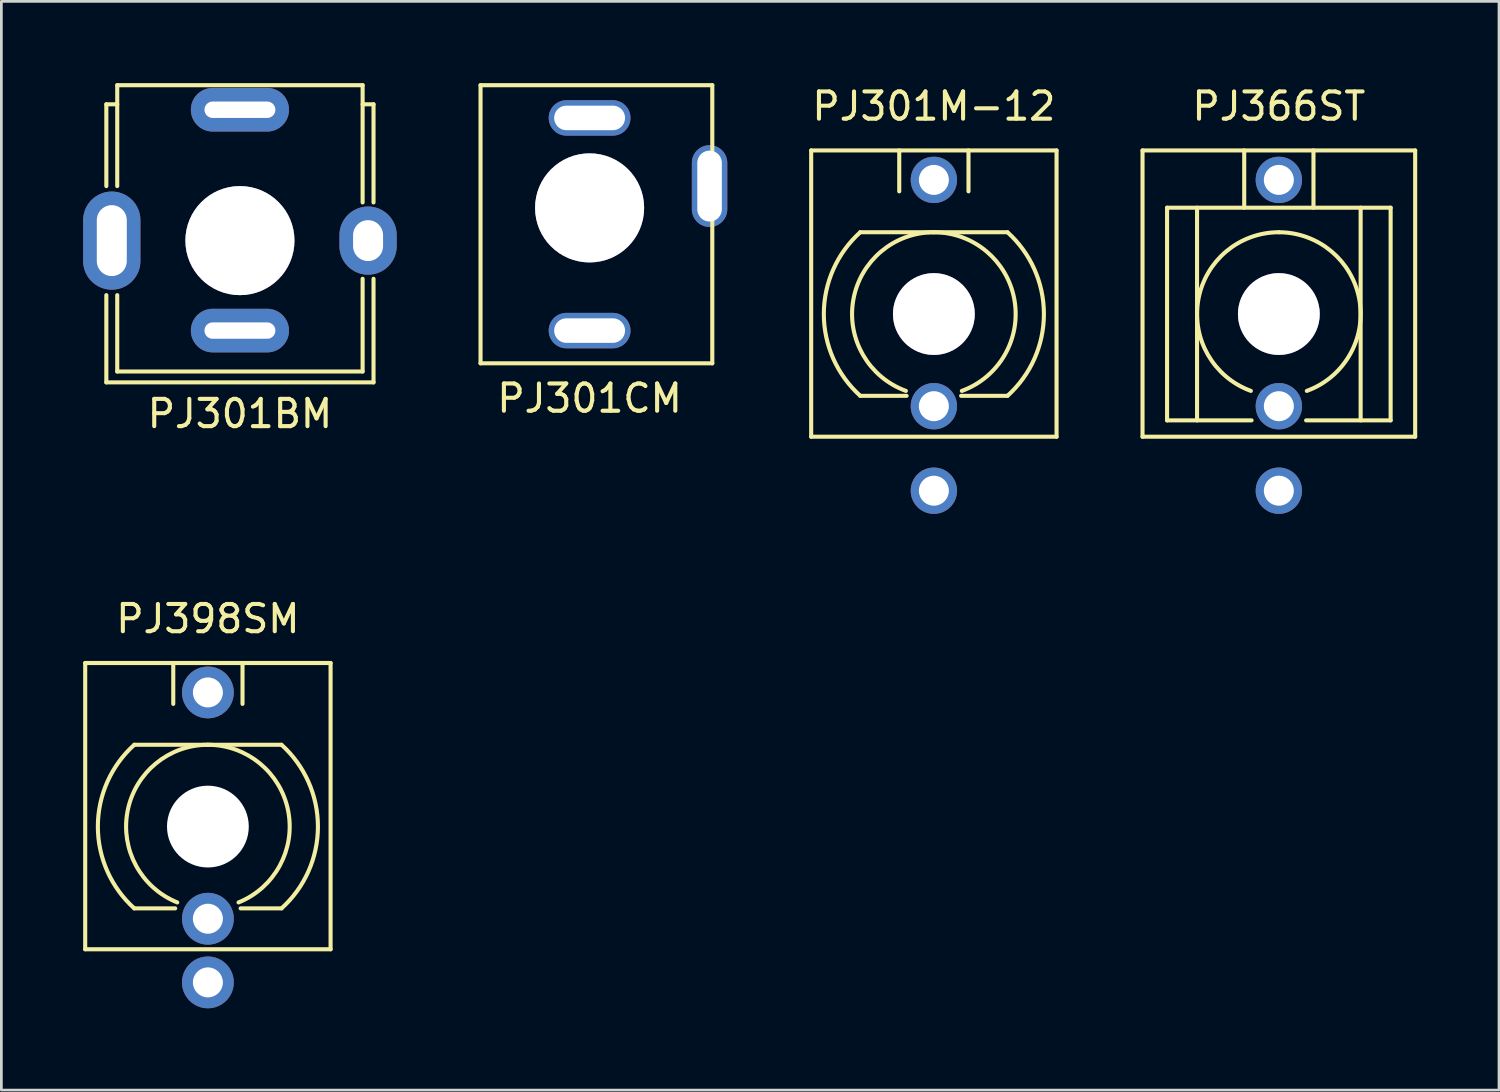
<source format=kicad_pcb>
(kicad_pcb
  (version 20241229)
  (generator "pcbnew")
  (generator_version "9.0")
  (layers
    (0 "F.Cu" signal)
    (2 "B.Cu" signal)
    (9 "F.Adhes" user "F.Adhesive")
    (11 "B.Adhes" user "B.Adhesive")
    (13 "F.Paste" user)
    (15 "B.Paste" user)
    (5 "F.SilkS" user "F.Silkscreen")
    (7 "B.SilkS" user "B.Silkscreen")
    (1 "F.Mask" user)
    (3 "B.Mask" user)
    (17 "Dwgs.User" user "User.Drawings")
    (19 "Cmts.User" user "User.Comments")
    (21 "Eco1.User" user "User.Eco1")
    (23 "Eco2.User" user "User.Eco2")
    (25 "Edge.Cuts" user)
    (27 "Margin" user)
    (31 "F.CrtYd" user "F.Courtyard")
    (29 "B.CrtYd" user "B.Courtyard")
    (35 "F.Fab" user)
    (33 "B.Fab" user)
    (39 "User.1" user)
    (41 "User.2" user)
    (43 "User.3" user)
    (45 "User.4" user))
  (footprint "PJ301M-12"
    (layer "F.Cu")
    (at 31.202 8.468)
    (property "Reference" "PJ301M-12" (at 0 -7.62 0) (layer "F.SilkS") (effects (font (size 1 1) (thickness 0.15))))
    (attr through_hole)
    (fp_line (start -4.5 -6) (end -4.5 4.5) (stroke (width 0.15) (type solid)) (layer "F.SilkS"))
    (fp_line (start -4.5 -6) (end 4.5 -6) (stroke (width 0.15) (type solid)) (layer "F.SilkS"))
    (fp_line (start -4.5 4.5) (end 4.5 4.5) (stroke (width 0.15) (type solid)) (layer "F.SilkS"))
    (fp_line (start -2.7 -3) (end 2.7 -3) (stroke (width 0.15) (type solid)) (layer "F.SilkS"))
    (fp_line (start -2.7 3) (end -1 3) (stroke (width 0.15) (type solid)) (layer "F.SilkS"))
    (fp_line (start -1.27 -6) (end -1.27 -4.5) (stroke (width 0.15) (type solid)) (layer "F.SilkS"))
    (fp_line (start 1 3) (end 2.7 3) (stroke (width 0.15) (type solid)) (layer "F.SilkS"))
    (fp_line (start 1.27 -6) (end 1.27 -4.5) (stroke (width 0.15) (type solid)) (layer "F.SilkS"))
    (fp_line (start 4.5 -6) (end 4.5 4.5) (stroke (width 0.15) (type solid)) (layer "F.SilkS"))
    (fp_arc (start -2.701339 2.998795) (mid -4.036088 -0.000901) (end -2.7 -3) (stroke (width 0.15) (type solid)) (layer "F.SilkS"))
    (fp_arc (start -1.02606 2.819078) (mid -2.954423 -0.520944) (end 0 -3) (stroke (width 0.15) (type solid)) (layer "F.SilkS"))
    (fp_arc (start 0 -3) (mid 2.954423 -0.520944) (end 1.02606 2.819078) (stroke (width 0.15) (type solid)) (layer "F.SilkS"))
    (fp_arc (start 2.7 -3) (mid 4.036087 -0.000901) (end 2.701339 2.998795) (stroke (width 0.15) (type solid)) (layer "F.SilkS"))
    (pad "" thru_hole circle (at 0 0) (size 3 3) (drill 3) (layers "*.Cu" "*.Mask"))
    (pad "1" thru_hole oval (at 0 6.48) (size 1.7 1.7) (drill 1.1) (layers "*.Cu" "*.Mask"))
    (pad "2" thru_hole oval (at 0 3.38) (size 1.7 1.7) (drill 1.1) (layers "*.Cu" "*.Mask"))
    (pad "3" thru_hole oval (at 0 -4.92) (size 1.7 1.7) (drill 1.1) (layers "*.Cu" "*.Mask")))
  (footprint "PJ301CM"
    (layer "F.Cu")
    (at 18.575 4.575)
    (property "Reference" "PJ301CM" (at 0 6.985 0) (layer "F.SilkS") (effects (font (size 1 1) (thickness 0.15))))
    (attr through_hole)
    (fp_line (start -4 -4.5) (end -4 5.7) (stroke (width 0.15) (type solid)) (layer "F.SilkS"))
    (fp_line (start -4 -4.5) (end 4.5 -4.5) (stroke (width 0.15) (type solid)) (layer "F.SilkS"))
    (fp_line (start -4 5.7) (end 4.5 5.7) (stroke (width 0.15) (type solid)) (layer "F.SilkS"))
    (fp_line (start 4.5 -4.5) (end 4.5 5.7) (stroke (width 0.15) (type solid)) (layer "F.SilkS"))
    (pad "" thru_hole circle (at 0 0) (size 4 4) (drill 4) (layers "*.Cu" "*.Mask"))
    (pad "1" thru_hole oval (at 4.4 -0.8) (size 1.3 3) (drill oval 0.9 2.6) (layers "*.Cu" "*.Mask"))
    (pad "2" thru_hole oval (at 0 -3.3) (size 3 1.3) (drill oval 2.6 0.9) (layers "*.Cu" "*.Mask"))
    (pad "3" thru_hole oval (at 0 4.5) (size 3 1.3) (drill oval 2.6 0.9) (layers "*.Cu" "*.Mask")))
  (footprint "PJ398SM"
    (layer "F.Cu")
    (at 4.575 27.267)
    (property "Reference" "PJ398SM" (at 0 -7.62 0) (layer "F.SilkS") (effects (font (size 1 1) (thickness 0.15))))
    (attr through_hole)
    (fp_line (start -4.5 -6) (end -4.5 4.5) (stroke (width 0.15) (type solid)) (layer "F.SilkS"))
    (fp_line (start -4.5 -6) (end 4.5 -6) (stroke (width 0.15) (type solid)) (layer "F.SilkS"))
    (fp_line (start -4.5 4.5) (end 4.5 4.5) (stroke (width 0.15) (type solid)) (layer "F.SilkS"))
    (fp_line (start -2.7 -3) (end 2.7 -3) (stroke (width 0.15) (type solid)) (layer "F.SilkS"))
    (fp_line (start -2.7 3) (end -1.2 3) (stroke (width 0.15) (type solid)) (layer "F.SilkS"))
    (fp_line (start -1.27 -6) (end -1.27 -4.5) (stroke (width 0.15) (type solid)) (layer "F.SilkS"))
    (fp_line (start 1.2 3) (end 2.7 3) (stroke (width 0.15) (type solid)) (layer "F.SilkS"))
    (fp_line (start 1.27 -6) (end 1.27 -4.5) (stroke (width 0.15) (type solid)) (layer "F.SilkS"))
    (fp_line (start 4.5 -6) (end 4.5 4.5) (stroke (width 0.15) (type solid)) (layer "F.SilkS"))
    (fp_arc (start -2.701339 2.998795) (mid -4.036088 -0.000901) (end -2.7 -3) (stroke (width 0.15) (type solid)) (layer "F.SilkS"))
    (fp_arc (start -1.12382 2.781552) (mid -2.944882 -0.572427) (end 0 -3) (stroke (width 0.15) (type solid)) (layer "F.SilkS"))
    (fp_arc (start 0 -3) (mid 2.944882 -0.572427) (end 1.12382 2.781552) (stroke (width 0.15) (type solid)) (layer "F.SilkS"))
    (fp_arc (start 2.7 -3) (mid 4.036087 -0.000901) (end 2.701339 2.998795) (stroke (width 0.15) (type solid)) (layer "F.SilkS"))
    (pad "" np_thru_hole circle (at 0 0) (size 3 3) (drill 3) (layers "*.Cu" "*.Mask"))
    (pad "1" thru_hole circle (at 0 5.715) (size 1.9 1.9) (drill 1.1) (layers "*.Cu" "*.Mask"))
    (pad "2" thru_hole circle (at 0 3.38) (size 1.9 1.9) (drill 1.1) (layers "*.Cu" "*.Mask"))
    (pad "3" thru_hole circle (at 0 -4.92) (size 1.9 1.9) (drill 1.1) (layers "*.Cu" "*.Mask")))
  (footprint "PJ366ST"
    (layer "F.Cu")
    (at 43.855 8.468)
    (property "Reference" "PJ366ST" (at 0 -7.62 0) (layer "F.SilkS") (effects (font (size 1 1) (thickness 0.15))))
    (attr through_hole)
    (fp_line (start -5 -6) (end -5 4.5) (stroke (width 0.15) (type solid)) (layer "F.SilkS"))
    (fp_line (start -5 -6) (end 5 -6) (stroke (width 0.15) (type solid)) (layer "F.SilkS"))
    (fp_line (start -5 4.5) (end 5 4.5) (stroke (width 0.15) (type solid)) (layer "F.SilkS"))
    (fp_line (start -4.1 -3.9) (end -4.1 3.9) (stroke (width 0.15) (type solid)) (layer "F.SilkS"))
    (fp_line (start -4.1 -3.9) (end 4.1 -3.9) (stroke (width 0.15) (type solid)) (layer "F.SilkS"))
    (fp_line (start -4.1 3.9) (end -1 3.9) (stroke (width 0.15) (type solid)) (layer "F.SilkS"))
    (fp_line (start -3 -3.9) (end -3 3.9) (stroke (width 0.15) (type solid)) (layer "F.SilkS"))
    (fp_line (start -1.27 -6) (end -1.27 -3.9) (stroke (width 0.15) (type solid)) (layer "F.SilkS"))
    (fp_line (start 1 3.9) (end 4.1 3.9) (stroke (width 0.15) (type solid)) (layer "F.SilkS"))
    (fp_line (start 1.27 -6) (end 1.27 -3.9) (stroke (width 0.15) (type solid)) (layer "F.SilkS"))
    (fp_line (start 3 -3.9) (end 3 3.9) (stroke (width 0.15) (type solid)) (layer "F.SilkS"))
    (fp_line (start 4.1 -3.9) (end 4.1 3.9) (stroke (width 0.15) (type solid)) (layer "F.SilkS"))
    (fp_line (start 5 -6) (end 5 4.5) (stroke (width 0.15) (type solid)) (layer "F.SilkS"))
    (fp_arc (start -1.02606 2.819078) (mid -2.954423 -0.520944) (end 0 -3) (stroke (width 0.15) (type solid)) (layer "F.SilkS"))
    (fp_arc (start 0 -3) (mid 2.954423 -0.520944) (end 1.02606 2.819078) (stroke (width 0.15) (type solid)) (layer "F.SilkS"))
    (pad "" thru_hole circle (at 0 0) (size 3 3) (drill 3) (layers "*.Cu" "*.Mask"))
    (pad "1" thru_hole oval (at 0 6.48) (size 1.7 1.7) (drill 1.1) (layers "*.Cu" "*.Mask"))
    (pad "2" thru_hole oval (at 0 3.38) (size 1.7 1.7) (drill 1.1) (layers "*.Cu" "*.Mask"))
    (pad "3" thru_hole oval (at 0 -4.92) (size 1.7 1.7) (drill 1.1) (layers "*.Cu" "*.Mask")))
  (footprint "PJ301BM"
    (layer "F.Cu")
    (at 5.75 5.775)
    (property "Reference" "PJ301BM" (at 0 6.35 0) (layer "F.SilkS") (effects (font (size 1 1) (thickness 0.15))))
    (attr through_hole)
    (fp_line (start -4.9 -5) (end -4.9 -2) (stroke (width 0.15) (type solid)) (layer "F.SilkS"))
    (fp_line (start -4.9 -5) (end -4.5 -5) (stroke (width 0.15) (type solid)) (layer "F.SilkS"))
    (fp_line (start -4.9 2) (end -4.9 5.2) (stroke (width 0.15) (type solid)) (layer "F.SilkS"))
    (fp_line (start -4.9 5.2) (end 4.9 5.2) (stroke (width 0.15) (type solid)) (layer "F.SilkS"))
    (fp_line (start -4.5 -5.7) (end -4.5 -2) (stroke (width 0.15) (type solid)) (layer "F.SilkS"))
    (fp_line (start -4.5 -5.7) (end 4.5 -5.7) (stroke (width 0.15) (type solid)) (layer "F.SilkS"))
    (fp_line (start -4.5 2) (end -4.5 4.8) (stroke (width 0.15) (type solid)) (layer "F.SilkS"))
    (fp_line (start -4.5 4.8) (end 4.5 4.8) (stroke (width 0.15) (type solid)) (layer "F.SilkS"))
    (fp_line (start 4.5 -5.7) (end 4.5 -1.4) (stroke (width 0.15) (type solid)) (layer "F.SilkS"))
    (fp_line (start 4.5 -5) (end 4.9 -5) (stroke (width 0.15) (type solid)) (layer "F.SilkS"))
    (fp_line (start 4.5 1.4) (end 4.5 4.8) (stroke (width 0.15) (type solid)) (layer "F.SilkS"))
    (fp_line (start 4.9 -5) (end 4.9 -1.4) (stroke (width 0.15) (type solid)) (layer "F.SilkS"))
    (fp_line (start 4.9 1.4) (end 4.9 5.2) (stroke (width 0.15) (type solid)) (layer "F.SilkS"))
    (pad "" thru_hole circle (at 0 0) (size 4 4) (drill 4) (layers "*.Cu" "*.Mask"))
    (pad "1" thru_hole oval (at -4.7 0) (size 2.1 3.6) (drill oval 1.1 2.6) (layers "*.Cu" "*.Mask"))
    (pad "1" thru_hole oval (at 4.7 0) (size 2.1 2.5) (drill oval 1.1 1.5) (layers "*.Cu" "*.Mask"))
    (pad "2" thru_hole oval (at 0 3.3) (size 3.6 1.6) (drill oval 2.6 0.6) (layers "*.Cu" "*.Mask"))
    (pad "3" thru_hole oval (at 0 -4.8) (size 3.6 1.6) (drill oval 2.6 0.6) (layers "*.Cu" "*.Mask")))
  (gr_rect
    (start -3 -3)
    (end 51.93 36.931)
    (stroke (width 0.1) (type default))
    (fill no)
    (layer "Edge.Cuts")))
</source>
